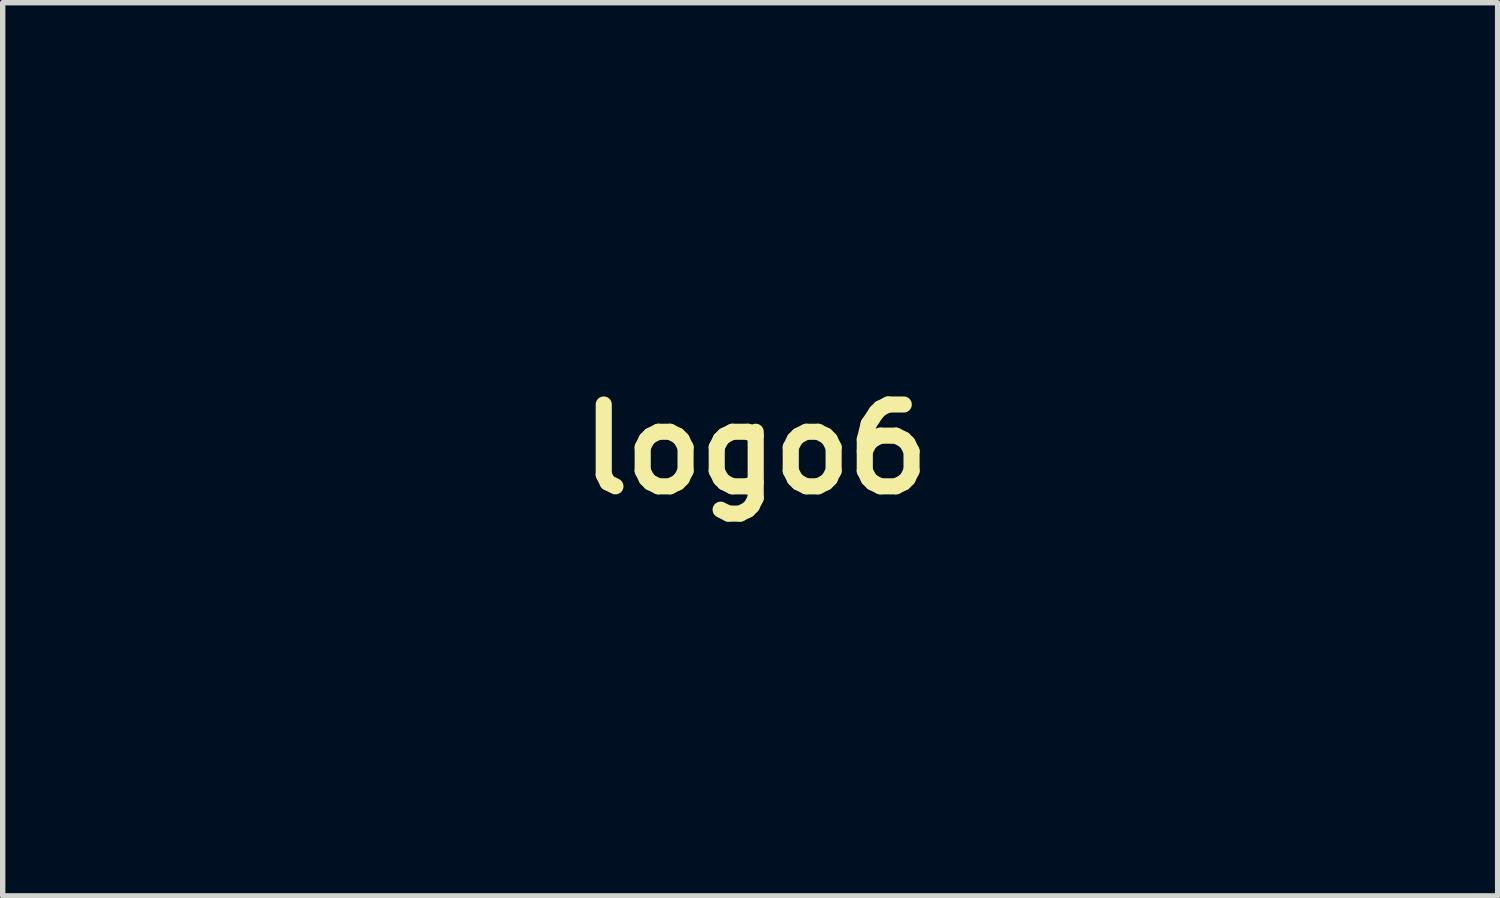
<source format=kicad_pcb>
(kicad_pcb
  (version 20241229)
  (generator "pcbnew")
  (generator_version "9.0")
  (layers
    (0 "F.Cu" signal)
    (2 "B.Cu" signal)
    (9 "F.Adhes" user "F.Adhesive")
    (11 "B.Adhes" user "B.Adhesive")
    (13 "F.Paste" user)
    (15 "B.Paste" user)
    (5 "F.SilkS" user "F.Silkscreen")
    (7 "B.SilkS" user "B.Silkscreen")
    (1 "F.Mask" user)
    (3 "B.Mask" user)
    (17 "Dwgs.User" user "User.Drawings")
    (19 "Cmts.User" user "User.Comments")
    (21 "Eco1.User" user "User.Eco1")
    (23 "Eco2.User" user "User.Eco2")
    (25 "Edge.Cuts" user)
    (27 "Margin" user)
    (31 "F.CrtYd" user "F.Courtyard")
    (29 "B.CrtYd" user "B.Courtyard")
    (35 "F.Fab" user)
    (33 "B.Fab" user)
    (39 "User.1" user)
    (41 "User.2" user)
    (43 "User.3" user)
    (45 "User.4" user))
  (footprint "logo6"
    (layer "F.Cu")
    (at 11.026 5.319)
    (property "Reference" "logo6" (at 0 0 0) (layer "F.SilkS") (effects (font (size 1.524 1.524) (thickness 0.3))))
    (attr through_hole)
    (fp_poly (pts (xy 8.83 5.314) (xy 7.452 5.314) (xy 7.452 -5.137) (xy 8.83 -5.137) (xy 8.83 5.314)) (stroke (width 0.01) (type solid)) (fill yes) (layer "F.Mask"))
    (fp_poly (pts (xy 10.815 5.314) (xy 9.437 5.314) (xy 9.437 -0.717) (xy 10.815 -0.717) (xy 10.815 5.314)) (stroke (width 0.01) (type solid)) (fill yes) (layer "F.Mask"))
    (fp_poly (pts (xy 6.353 1.966) (xy 6.457 1.984) (xy 6.558 2.02) (xy 6.576 2.028) (xy 6.681 2.091) (xy 6.774 2.169) (xy 6.852 2.26) (xy 6.914 2.362) (xy 6.957 2.472) (xy 6.961 2.489) (xy 6.972 2.549) (xy 6.977 2.622) (xy 6.978 2.701) (xy 6.973 2.776) (xy 6.963 2.839) (xy 6.961 2.848) (xy 6.92 2.963) (xy 6.862 3.066) (xy 6.788 3.157) (xy 6.701 3.234) (xy 6.602 3.295) (xy 6.494 3.339) (xy 6.378 3.365) (xy 6.257 3.372) (xy 6.179 3.366) (xy 6.073 3.341) (xy 5.97 3.298) (xy 5.873 3.237) (xy 5.787 3.163) (xy 5.736 3.104) (xy 5.67 3) (xy 5.624 2.889) (xy 5.597 2.775) (xy 5.59 2.66) (xy 5.602 2.545) (xy 5.632 2.433) (xy 5.68 2.327) (xy 5.746 2.229) (xy 5.829 2.141) (xy 5.916 2.073) (xy 6.01 2.02) (xy 6.11 1.986) (xy 6.219 1.967) (xy 6.24 1.966) (xy 6.353 1.966)) (stroke (width 0.01) (type solid)) (fill yes) (layer "F.Mask"))
    (fp_poly (pts (xy 10.19 -2.664) (xy 10.293 -2.647) (xy 10.394 -2.611) (xy 10.412 -2.602) (xy 10.517 -2.54) (xy 10.61 -2.461) (xy 10.689 -2.37) (xy 10.75 -2.268) (xy 10.793 -2.158) (xy 10.798 -2.142) (xy 10.808 -2.081) (xy 10.814 -2.008) (xy 10.814 -1.93) (xy 10.809 -1.855) (xy 10.8 -1.791) (xy 10.797 -1.782) (xy 10.757 -1.667) (xy 10.699 -1.564) (xy 10.625 -1.473) (xy 10.538 -1.397) (xy 10.439 -1.335) (xy 10.33 -1.291) (xy 10.214 -1.265) (xy 10.093 -1.258) (xy 10.016 -1.264) (xy 9.91 -1.289) (xy 9.806 -1.333) (xy 9.709 -1.393) (xy 9.624 -1.467) (xy 9.572 -1.526) (xy 9.506 -1.631) (xy 9.46 -1.741) (xy 9.434 -1.855) (xy 9.427 -1.971) (xy 9.438 -2.085) (xy 9.468 -2.197) (xy 9.517 -2.303) (xy 9.582 -2.401) (xy 9.665 -2.49) (xy 9.752 -2.557) (xy 9.847 -2.61) (xy 9.946 -2.645) (xy 10.056 -2.663) (xy 10.077 -2.665) (xy 10.19 -2.664)) (stroke (width 0.01) (type solid)) (fill yes) (layer "F.Mask"))
    (fp_poly (pts (xy 4.418 -0.717) (xy 4.662 -0.717) (xy 4.9 -0.716) (xy 5.13 -0.716) (xy 5.352 -0.716) (xy 5.564 -0.716) (xy 5.765 -0.716) (xy 5.956 -0.715) (xy 6.134 -0.715) (xy 6.299 -0.715) (xy 6.45 -0.715) (xy 6.586 -0.714) (xy 6.707 -0.714) (xy 6.81 -0.713) (xy 6.896 -0.713) (xy 6.963 -0.713) (xy 7.011 -0.712) (xy 7.038 -0.712) (xy 7.045 -0.711) (xy 7.038 -0.702) (xy 7.018 -0.677) (xy 6.986 -0.638) (xy 6.944 -0.585) (xy 6.892 -0.521) (xy 6.832 -0.446) (xy 6.763 -0.362) (xy 6.689 -0.271) (xy 6.608 -0.172) (xy 6.524 -0.069) (xy 6.506 -0.047) (xy 6.443 0.031) (xy 6.366 0.124) (xy 6.278 0.233) (xy 6.179 0.354) (xy 6.07 0.487) (xy 5.952 0.631) (xy 5.827 0.784) (xy 5.696 0.946) (xy 5.558 1.114) (xy 5.417 1.287) (xy 5.272 1.465) (xy 5.125 1.645) (xy 4.976 1.827) (xy 4.827 2.009) (xy 4.679 2.191) (xy 4.587 2.304) (xy 3.205 3.996) (xy 4.971 3.999) (xy 6.736 4.002) (xy 6.736 5.314) (xy 3.603 5.314) (xy 3.292 5.314) (xy 3.002 5.314) (xy 2.732 5.314) (xy 2.483 5.314) (xy 2.252 5.314) (xy 2.04 5.313) (xy 1.845 5.313) (xy 1.667 5.313) (xy 1.505 5.313) (xy 1.359 5.313) (xy 1.227 5.312) (xy 1.109 5.312) (xy 1.003 5.311) (xy 0.911 5.311) (xy 0.83 5.31) (xy 0.759 5.31) (xy 0.699 5.309) (xy 0.648 5.308) (xy 0.606 5.307) (xy 0.571 5.306) (xy 0.544 5.305) (xy 0.523 5.304) (xy 0.507 5.302) (xy 0.497 5.301) (xy 0.49 5.299) (xy 0.487 5.298) (xy 0.487 5.296) (xy 0.487 5.294) (xy 0.496 5.284) (xy 0.517 5.258) (xy 0.552 5.216) (xy 0.599 5.159) (xy 0.657 5.087) (xy 0.726 5.002) (xy 0.806 4.904) (xy 0.896 4.794) (xy 0.995 4.672) (xy 1.103 4.54) (xy 1.22 4.397) (xy 1.344 4.245) (xy 1.475 4.085) (xy 1.612 3.916) (xy 1.756 3.74) (xy 1.905 3.557) (xy 2.058 3.369) (xy 2.216 3.175) (xy 2.378 2.977) (xy 2.414 2.932) (xy 4.324 0.59) (xy 1.29 0.584) (xy 1.29 -0.717) (xy 4.167 -0.717) (xy 4.418 -0.717)) (stroke (width 0.01) (type solid)) (fill yes) (layer "F.Mask"))
    (fp_poly (pts (xy -5.159 5.27) (xy -6.548 5.27) (xy -6.551 5.067) (xy -6.554 4.864) (xy -6.669 4.934) (xy -6.826 5.024) (xy -6.988 5.103) (xy -7.148 5.17) (xy -7.302 5.222) (xy -7.372 5.241) (xy -7.435 5.257) (xy -7.493 5.269) (xy -7.548 5.28) (xy -7.604 5.288) (xy -7.663 5.294) (xy -7.729 5.299) (xy -7.805 5.303) (xy -7.893 5.305) (xy -7.997 5.307) (xy -8.119 5.308) (xy -8.147 5.309) (xy -8.244 5.309) (xy -8.335 5.309) (xy -8.418 5.309) (xy -8.49 5.309) (xy -8.548 5.309) (xy -8.59 5.308) (xy -8.613 5.307) (xy -8.615 5.307) (xy -8.641 5.304) (xy -8.682 5.299) (xy -8.73 5.293) (xy -8.753 5.291) (xy -8.855 5.275) (xy -8.967 5.25) (xy -9.082 5.22) (xy -9.19 5.185) (xy -9.267 5.155) (xy -9.41 5.088) (xy -9.549 5.007) (xy -9.687 4.912) (xy -9.827 4.799) (xy -9.971 4.668) (xy -10.032 4.608) (xy -10.144 4.493) (xy -10.242 4.385) (xy -10.329 4.278) (xy -10.411 4.168) (xy -10.48 4.068) (xy -10.61 3.854) (xy -10.721 3.632) (xy -10.814 3.403) (xy -10.89 3.164) (xy -10.948 2.914) (xy -10.99 2.652) (xy -11.014 2.377) (xy -11.021 2.216) (xy -11.021 2.205) (xy -9.811 2.205) (xy -9.797 2.411) (xy -9.768 2.613) (xy -9.756 2.676) (xy -9.705 2.868) (xy -9.637 3.05) (xy -9.555 3.221) (xy -9.458 3.379) (xy -9.348 3.523) (xy -9.226 3.652) (xy -9.092 3.765) (xy -8.948 3.862) (xy -8.795 3.94) (xy -8.633 4) (xy -8.467 4.039) (xy -8.416 4.047) (xy -8.369 4.055) (xy -8.334 4.06) (xy -8.323 4.061) (xy -8.284 4.064) (xy -8.228 4.064) (xy -8.16 4.063) (xy -8.087 4.061) (xy -8.013 4.057) (xy -7.943 4.052) (xy -7.884 4.046) (xy -7.844 4.041) (xy -7.66 3.998) (xy -7.487 3.936) (xy -7.325 3.855) (xy -7.174 3.756) (xy -7.036 3.64) (xy -6.91 3.506) (xy -6.798 3.356) (xy -6.7 3.19) (xy -6.617 3.008) (xy -6.607 2.985) (xy -6.549 2.806) (xy -6.505 2.614) (xy -6.477 2.414) (xy -6.464 2.208) (xy -6.467 2.001) (xy -6.485 1.796) (xy -6.519 1.596) (xy -6.568 1.406) (xy -6.576 1.382) (xy -6.613 1.283) (xy -6.66 1.175) (xy -6.714 1.066) (xy -6.772 0.963) (xy -6.83 0.874) (xy -6.832 0.871) (xy -6.87 0.821) (xy -6.918 0.763) (xy -6.97 0.705) (xy -7.017 0.656) (xy -7.153 0.534) (xy -7.298 0.432) (xy -7.453 0.349) (xy -7.618 0.285) (xy -7.794 0.24) (xy -7.982 0.213) (xy -8.024 0.21) (xy -8.217 0.206) (xy -8.402 0.222) (xy -8.58 0.259) (xy -8.749 0.315) (xy -8.909 0.391) (xy -8.956 0.418) (xy -9.098 0.516) (xy -9.232 0.633) (xy -9.355 0.766) (xy -9.467 0.913) (xy -9.565 1.071) (xy -9.647 1.238) (xy -9.711 1.411) (xy -9.713 1.417) (xy -9.76 1.6) (xy -9.792 1.795) (xy -9.809 1.998) (xy -9.811 2.205) (xy -11.021 2.205) (xy -11.019 1.923) (xy -10.998 1.641) (xy -10.958 1.37) (xy -10.899 1.11) (xy -10.821 0.861) (xy -10.724 0.622) (xy -10.607 0.393) (xy -10.471 0.175) (xy -10.316 -0.034) (xy -10.243 -0.121) (xy -10.098 -0.283) (xy -9.959 -0.425) (xy -9.823 -0.55) (xy -9.69 -0.657) (xy -9.557 -0.749) (xy -9.421 -0.826) (xy -9.282 -0.89) (xy -9.137 -0.943) (xy -8.984 -0.984) (xy -8.821 -1.016) (xy -8.806 -1.019) (xy -8.7 -1.033) (xy -8.58 -1.045) (xy -8.449 -1.053) (xy -8.312 -1.059) (xy -8.174 -1.062) (xy -8.039 -1.063) (xy -7.912 -1.06) (xy -7.797 -1.053) (xy -7.698 -1.044) (xy -7.689 -1.043) (xy -7.485 -1.006) (xy -7.285 -0.953) (xy -7.089 -0.882) (xy -6.892 -0.791) (xy -6.692 -0.681) (xy -6.681 -0.674) (xy -6.554 -0.598) (xy -6.551 -2.956) (xy -6.548 -5.314) (xy -5.159 -5.314) (xy -5.159 5.27)) (stroke (width 0.01) (type solid)) (fill yes) (layer "F.Mask"))
    (fp_poly (pts (xy -1.667 -1.049) (xy -1.505 -1.04) (xy -1.354 -1.025) (xy -1.211 -1.003) (xy -1.071 -0.972) (xy -0.928 -0.933) (xy -0.832 -0.903) (xy -0.616 -0.821) (xy -0.413 -0.721) (xy -0.222 -0.604) (xy -0.041 -0.467) (xy 0.131 -0.311) (xy 0.138 -0.303) (xy 0.297 -0.129) (xy 0.44 0.058) (xy 0.566 0.26) (xy 0.675 0.475) (xy 0.768 0.706) (xy 0.846 0.951) (xy 0.897 1.165) (xy 0.926 1.323) (xy 0.951 1.495) (xy 0.97 1.675) (xy 0.983 1.857) (xy 0.99 2.036) (xy 0.991 2.205) (xy 0.985 2.351) (xy 0.978 2.458) (xy -3.277 2.458) (xy -3.269 2.549) (xy -3.242 2.742) (xy -3.196 2.932) (xy -3.132 3.116) (xy -3.051 3.289) (xy -2.968 3.429) (xy -2.926 3.485) (xy -2.872 3.55) (xy -2.81 3.617) (xy -2.745 3.682) (xy -2.68 3.742) (xy -2.621 3.791) (xy -2.584 3.818) (xy -2.44 3.902) (xy -2.292 3.967) (xy -2.138 4.014) (xy -1.973 4.045) (xy -1.796 4.059) (xy -1.72 4.06) (xy -1.545 4.054) (xy -1.385 4.033) (xy -1.238 3.998) (xy -1.102 3.947) (xy -0.974 3.88) (xy -0.853 3.796) (xy -0.738 3.696) (xy -0.647 3.605) (xy -0.556 3.502) (xy -0.462 3.387) (xy -0.365 3.257) (xy -0.262 3.109) (xy -0.226 3.056) (xy -0.192 3.006) (xy -0.162 2.964) (xy -0.139 2.932) (xy -0.123 2.914) (xy -0.119 2.91) (xy -0.108 2.916) (xy -0.081 2.931) (xy -0.038 2.954) (xy 0.018 2.985) (xy 0.085 3.022) (xy 0.161 3.064) (xy 0.243 3.11) (xy 0.331 3.159) (xy 0.422 3.21) (xy 0.513 3.261) (xy 0.603 3.312) (xy 0.69 3.36) (xy 0.772 3.406) (xy 0.846 3.448) (xy 0.911 3.485) (xy 0.964 3.515) (xy 1.004 3.538) (xy 1.028 3.552) (xy 1.035 3.556) (xy 1.032 3.568) (xy 1.018 3.595) (xy 0.995 3.634) (xy 0.964 3.684) (xy 0.928 3.742) (xy 0.886 3.805) (xy 0.842 3.871) (xy 0.797 3.937) (xy 0.753 4.001) (xy 0.71 4.059) (xy 0.672 4.11) (xy 0.663 4.122) (xy 0.492 4.328) (xy 0.315 4.513) (xy 0.133 4.678) (xy -0.057 4.822) (xy -0.253 4.947) (xy -0.458 5.052) (xy -0.672 5.139) (xy -0.896 5.207) (xy -1.131 5.258) (xy -1.23 5.274) (xy -1.34 5.287) (xy -1.462 5.298) (xy -1.588 5.306) (xy -1.713 5.311) (xy -1.832 5.312) (xy -1.939 5.31) (xy -2.001 5.306) (xy -2.21 5.286) (xy -2.401 5.258) (xy -2.58 5.221) (xy -2.748 5.175) (xy -2.911 5.12) (xy -3.071 5.053) (xy -3.114 5.033) (xy -3.318 4.924) (xy -3.513 4.797) (xy -3.696 4.652) (xy -3.866 4.491) (xy -4.024 4.315) (xy -4.167 4.125) (xy -4.294 3.922) (xy -4.405 3.708) (xy -4.497 3.484) (xy -4.502 3.473) (xy -4.566 3.277) (xy -4.618 3.081) (xy -4.658 2.881) (xy -4.687 2.673) (xy -4.706 2.452) (xy -4.715 2.243) (xy -4.714 1.943) (xy -4.695 1.657) (xy -4.659 1.383) (xy -4.645 1.312) (xy -3.186 1.312) (xy -0.432 1.312) (xy -0.452 1.243) (xy -0.509 1.075) (xy -0.574 0.924) (xy -0.651 0.789) (xy -0.74 0.668) (xy -0.831 0.567) (xy -0.94 0.47) (xy -1.055 0.39) (xy -1.179 0.325) (xy -1.315 0.274) (xy -1.466 0.237) (xy -1.532 0.224) (xy -1.609 0.215) (xy -1.7 0.209) (xy -1.797 0.207) (xy -1.893 0.208) (xy -1.983 0.214) (xy -2.058 0.223) (xy -2.067 0.224) (xy -2.236 0.265) (xy -2.396 0.325) (xy -2.545 0.405) (xy -2.683 0.502) (xy -2.808 0.617) (xy -2.921 0.749) (xy -3.019 0.897) (xy -3.068 0.987) (xy -3.091 1.037) (xy -3.116 1.098) (xy -3.141 1.162) (xy -3.162 1.223) (xy -3.177 1.273) (xy -3.179 1.282) (xy -3.186 1.312) (xy -4.645 1.312) (xy -4.606 1.122) (xy -4.536 0.873) (xy -4.448 0.636) (xy -4.342 0.41) (xy -4.283 0.302) (xy -4.151 0.091) (xy -4.004 -0.103) (xy -3.844 -0.281) (xy -3.67 -0.441) (xy -3.484 -0.583) (xy -3.286 -0.708) (xy -3.077 -0.813) (xy -2.856 -0.9) (xy -2.626 -0.968) (xy -2.523 -0.991) (xy -2.427 -1.01) (xy -2.339 -1.025) (xy -2.254 -1.036) (xy -2.167 -1.043) (xy -2.072 -1.048) (xy -1.965 -1.051) (xy -1.847 -1.052) (xy -1.667 -1.049)) (stroke (width 0.01) (type solid)) (fill yes) (layer "F.Mask")))
  (gr_rect
    (start -3 -3)
    (end 24.846 13.637)
    (stroke (width 0.1) (type default))
    (fill no)
    (layer "Edge.Cuts")))
</source>
